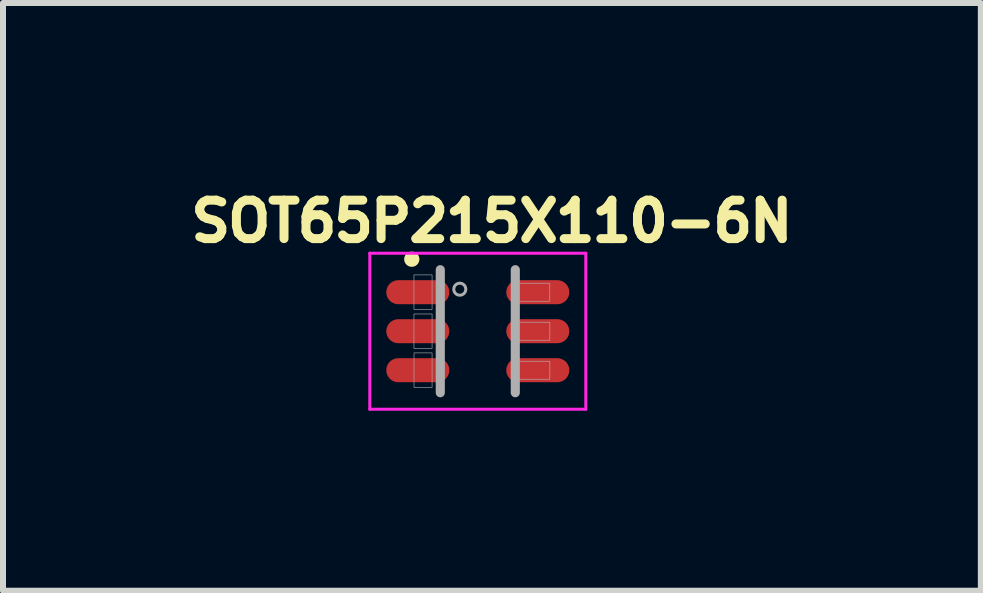
<source format=kicad_pcb>
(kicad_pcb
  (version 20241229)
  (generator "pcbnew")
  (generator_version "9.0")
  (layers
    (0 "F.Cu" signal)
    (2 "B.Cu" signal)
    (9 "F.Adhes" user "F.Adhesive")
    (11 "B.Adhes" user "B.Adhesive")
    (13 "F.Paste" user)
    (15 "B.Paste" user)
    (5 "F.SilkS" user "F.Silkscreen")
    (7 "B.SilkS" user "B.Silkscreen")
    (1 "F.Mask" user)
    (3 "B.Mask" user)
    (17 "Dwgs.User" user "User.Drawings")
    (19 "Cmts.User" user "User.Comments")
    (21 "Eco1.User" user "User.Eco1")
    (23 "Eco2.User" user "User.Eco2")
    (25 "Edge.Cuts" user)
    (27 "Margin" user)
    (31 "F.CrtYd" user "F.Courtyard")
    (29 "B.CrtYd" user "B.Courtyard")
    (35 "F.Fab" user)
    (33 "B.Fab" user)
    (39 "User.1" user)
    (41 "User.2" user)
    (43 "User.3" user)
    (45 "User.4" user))
  (footprint "SOT65P215X110-6N"
    (layer "F.Cu")
    (at 4.913 2.47)
    (property "Reference" "SOT65P215X110-6N" (at 0.235 -1.832 0) (layer "F.SilkS") (effects (font (size 0.641 0.641) (thickness 0.15))))
    (attr smd)
    (fp_circle (center -1.1 -1.2) (end -0.973 -1.2) (stroke (width 0) (type solid)) (fill yes) (layer "F.SilkS"))
    (fp_line (start -1.8 -1.3) (end 1.8 -1.3) (stroke (width 0.05) (type solid)) (layer "F.CrtYd"))
    (fp_line (start -1.8 1.3) (end -1.8 -1.3) (stroke (width 0.05) (type solid)) (layer "F.CrtYd"))
    (fp_line (start 1.8 -1.3) (end 1.8 1.3) (stroke (width 0.05) (type solid)) (layer "F.CrtYd"))
    (fp_line (start 1.8 1.3) (end -1.8 1.3) (stroke (width 0.05) (type solid)) (layer "F.CrtYd"))
    (fp_line (start -0.625 1.025) (end -0.625 -1.025) (stroke (width 0.152) (type solid)) (layer "F.Fab"))
    (fp_line (start 0.625 -1.025) (end 0.625 1.025) (stroke (width 0.152) (type solid)) (layer "F.Fab"))
    (fp_circle (center -0.3 -0.7) (end -0.2 -0.7) (stroke (width 0.05) (type solid)) (fill no) (layer "F.Fab"))
    (fp_poly (pts (xy -1.064 -0.287) (xy -0.762 -0.287) (xy -0.762 0.288) (xy -1.064 0.288)) (stroke (width 0.01) (type solid)) (fill no) (layer "F.Fab"))
    (fp_poly (pts (xy -1.064 -0.938) (xy -0.762 -0.938) (xy -0.762 -0.363) (xy -1.064 -0.363)) (stroke (width 0.01) (type solid)) (fill no) (layer "F.Fab"))
    (fp_poly (pts (xy -1.063 0.362) (xy -0.762 0.362) (xy -0.762 0.938) (xy -1.063 0.938)) (stroke (width 0.01) (type solid)) (fill no) (layer "F.Fab"))
    (fp_poly (pts (xy 0.625 0.501) (xy 1.201 0.501) (xy 1.201 0.8) (xy 0.625 0.8)) (stroke (width 0.01) (type solid)) (fill no) (layer "F.Fab"))
    (fp_poly (pts (xy 0.625 -0.149) (xy 1.201 -0.149) (xy 1.201 0.15) (xy 0.625 0.15)) (stroke (width 0.01) (type solid)) (fill no) (layer "F.Fab"))
    (fp_poly (pts (xy 0.625 -0.8) (xy 1.2 -0.8) (xy 1.2 -0.5) (xy 0.625 -0.5)) (stroke (width 0.01) (type solid)) (fill no) (layer "F.Fab"))
    (pad "1" smd oval (at -1 -0.65 270) (size 0.4 1.05) (layers "F.Cu" "F.Mask" "F.Paste"))
    (pad "2" smd oval (at -1 0 270) (size 0.4 1.05) (layers "F.Cu" "F.Mask" "F.Paste"))
    (pad "3" smd oval (at -1 0.65 270) (size 0.4 1.05) (layers "F.Cu" "F.Mask" "F.Paste"))
    (pad "4" smd oval (at 1 0.65 270) (size 0.4 1.05) (layers "F.Cu" "F.Mask" "F.Paste"))
    (pad "5" smd oval (at 1 0 270) (size 0.4 1.05) (layers "F.Cu" "F.Mask" "F.Paste"))
    (pad "6" smd oval (at 1 -0.65 270) (size 0.4 1.05) (layers "F.Cu" "F.Mask" "F.Paste")))
  (gr_rect
    (start -3 -3)
    (end 13.297 6.795)
    (stroke (width 0.1) (type default))
    (fill no)
    (layer "Edge.Cuts")))
</source>
